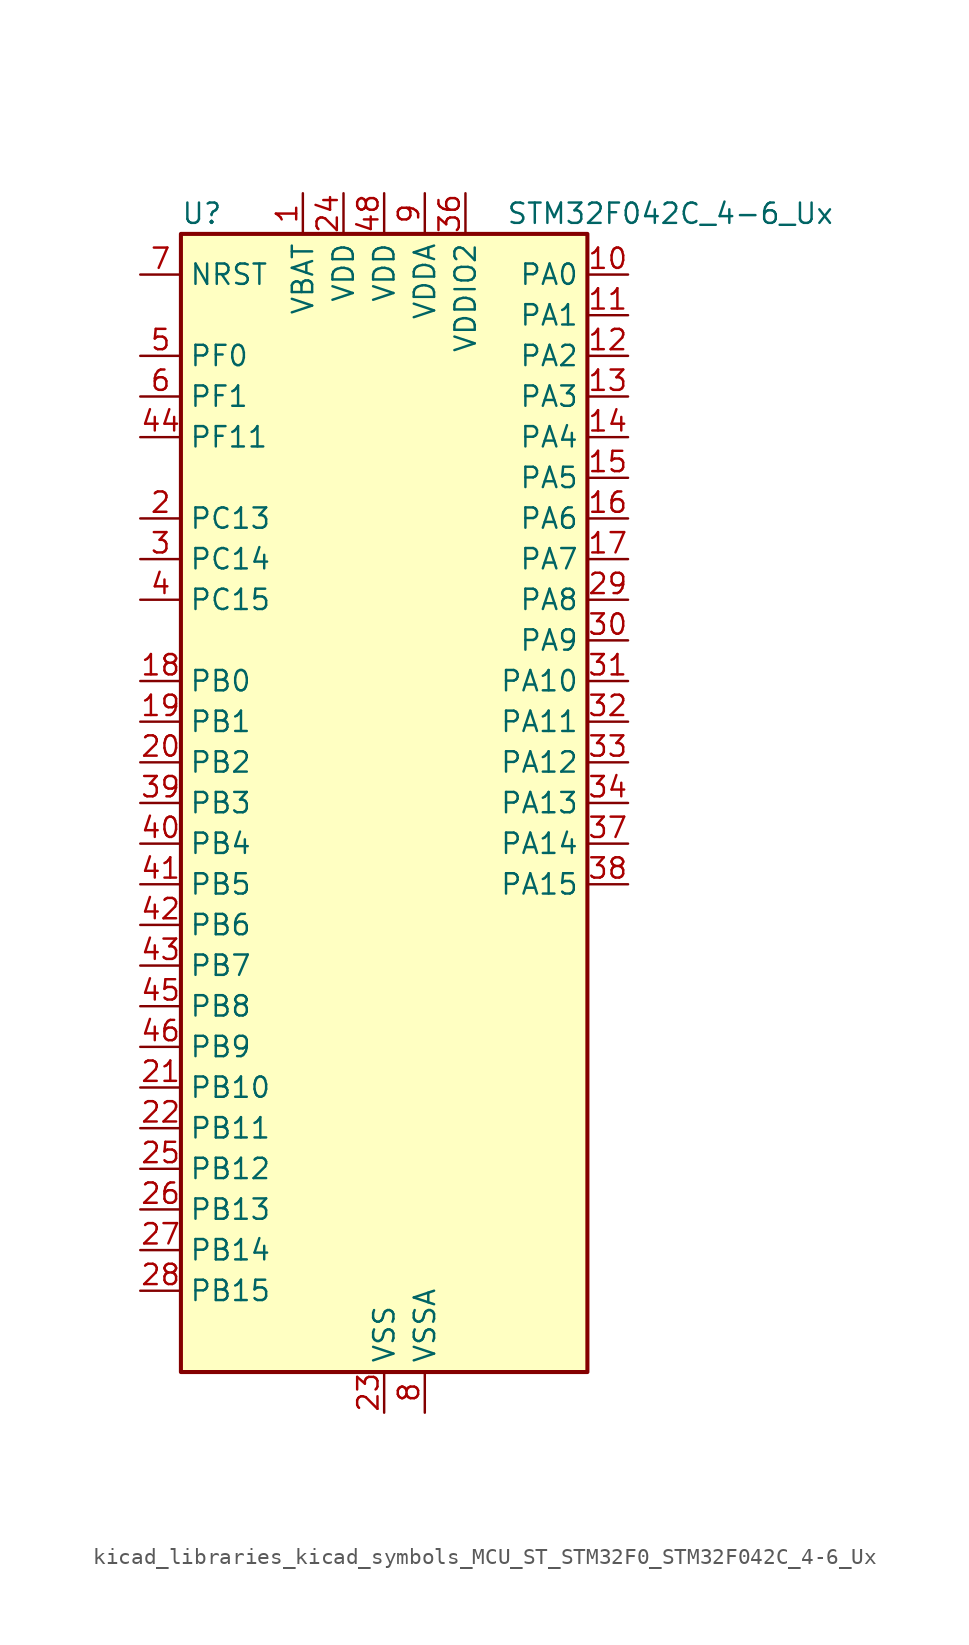
<source format=kicad_sym>
(kicad_symbol_lib
  (version 20220914)
  (generator kicad_symbol_editor)
  (symbol "kicad_libraries_kicad_symbols_MCU_ST_STM32F0_STM32F042C_4-6_Ux"
    (property "Reference" "U"
      (at -12.7 36.83 0)
      (effects (font (size 1.27 1.27)) (justify left)))
    (property "Value" "STM32F042C_4-6_Ux"
      (at 7.62 36.83 0)
      (effects (font (size 1.27 1.27)) (justify left)))
    (property "ki_locked" ""
      (at 0 0 0)
      (effects (font (size 1.27 1.27))))
    (symbol "kicad_libraries_kicad_symbols_MCU_ST_STM32F0_STM32F042C_4-6_Ux_0_1"
      (rectangle (start -12.7 -35.56) (end 12.7 35.56) (stroke (width 0.254) (type default)) (fill (type background))))
    (symbol "kicad_libraries_kicad_symbols_MCU_ST_STM32F0_STM32F042C_4-6_Ux_1_1"
      (pin power_in line (at -5.08 38.1 270) (length 2.54) (name "VBAT" (effects (font (size 1.27 1.27)))) (number "1" (effects (font (size 1.27 1.27)))))
      (pin bidirectional line (at 15.24 33.02 180) (length 2.54) (name "PA0" (effects (font (size 1.27 1.27)))) (number "10" (effects (font (size 1.27 1.27)))) (alternate "ADC_IN0" bidirectional line) (alternate "RTC_TAMP2" bidirectional line) (alternate "SYS_WKUP1" bidirectional line) (alternate "TIM2_CH1" bidirectional line) (alternate "TIM2_ETR" bidirectional line) (alternate "TSC_G1_IO1" bidirectional line) (alternate "USART2_CTS" bidirectional line))
      (pin bidirectional line (at 15.24 30.48 180) (length 2.54) (name "PA1" (effects (font (size 1.27 1.27)))) (number "11" (effects (font (size 1.27 1.27)))) (alternate "ADC_IN1" bidirectional line) (alternate "TIM2_CH2" bidirectional line) (alternate "TSC_G1_IO2" bidirectional line) (alternate "USART2_DE" bidirectional line) (alternate "USART2_RTS" bidirectional line))
      (pin bidirectional line (at 15.24 27.94 180) (length 2.54) (name "PA2" (effects (font (size 1.27 1.27)))) (number "12" (effects (font (size 1.27 1.27)))) (alternate "ADC_IN2" bidirectional line) (alternate "SYS_WKUP4" bidirectional line) (alternate "TIM2_CH3" bidirectional line) (alternate "TSC_G1_IO3" bidirectional line) (alternate "USART2_TX" bidirectional line))
      (pin bidirectional line (at 15.24 25.4 180) (length 2.54) (name "PA3" (effects (font (size 1.27 1.27)))) (number "13" (effects (font (size 1.27 1.27)))) (alternate "ADC_IN3" bidirectional line) (alternate "TIM2_CH4" bidirectional line) (alternate "TSC_G1_IO4" bidirectional line) (alternate "USART2_RX" bidirectional line))
      (pin bidirectional line (at 15.24 22.86 180) (length 2.54) (name "PA4" (effects (font (size 1.27 1.27)))) (number "14" (effects (font (size 1.27 1.27)))) (alternate "ADC_IN4" bidirectional line) (alternate "I2S1_WS" bidirectional line) (alternate "SPI1_NSS" bidirectional line) (alternate "TIM14_CH1" bidirectional line) (alternate "TSC_G2_IO1" bidirectional line) (alternate "USART2_CK" bidirectional line) (alternate "USB_NOE" bidirectional line))
      (pin bidirectional line (at 15.24 20.32 180) (length 2.54) (name "PA5" (effects (font (size 1.27 1.27)))) (number "15" (effects (font (size 1.27 1.27)))) (alternate "ADC_IN5" bidirectional line) (alternate "CEC" bidirectional line) (alternate "I2S1_CK" bidirectional line) (alternate "SPI1_SCK" bidirectional line) (alternate "TIM2_CH1" bidirectional line) (alternate "TIM2_ETR" bidirectional line) (alternate "TSC_G2_IO2" bidirectional line))
      (pin bidirectional line (at 15.24 17.78 180) (length 2.54) (name "PA6" (effects (font (size 1.27 1.27)))) (number "16" (effects (font (size 1.27 1.27)))) (alternate "ADC_IN6" bidirectional line) (alternate "I2S1_MCK" bidirectional line) (alternate "SPI1_MISO" bidirectional line) (alternate "TIM16_CH1" bidirectional line) (alternate "TIM1_BKIN" bidirectional line) (alternate "TIM3_CH1" bidirectional line) (alternate "TSC_G2_IO3" bidirectional line))
      (pin bidirectional line (at 15.24 15.24 180) (length 2.54) (name "PA7" (effects (font (size 1.27 1.27)))) (number "17" (effects (font (size 1.27 1.27)))) (alternate "ADC_IN7" bidirectional line) (alternate "I2S1_SD" bidirectional line) (alternate "SPI1_MOSI" bidirectional line) (alternate "TIM14_CH1" bidirectional line) (alternate "TIM17_CH1" bidirectional line) (alternate "TIM1_CH1N" bidirectional line) (alternate "TIM3_CH2" bidirectional line) (alternate "TSC_G2_IO4" bidirectional line))
      (pin bidirectional line (at -15.24 7.62 0) (length 2.54) (name "PB0" (effects (font (size 1.27 1.27)))) (number "18" (effects (font (size 1.27 1.27)))) (alternate "ADC_IN8" bidirectional line) (alternate "TIM1_CH2N" bidirectional line) (alternate "TIM3_CH3" bidirectional line) (alternate "TSC_G3_IO2" bidirectional line))
      (pin bidirectional line (at -15.24 5.08 0) (length 2.54) (name "PB1" (effects (font (size 1.27 1.27)))) (number "19" (effects (font (size 1.27 1.27)))) (alternate "ADC_IN9" bidirectional line) (alternate "TIM14_CH1" bidirectional line) (alternate "TIM1_CH3N" bidirectional line) (alternate "TIM3_CH4" bidirectional line) (alternate "TSC_G3_IO3" bidirectional line))
      (pin bidirectional line (at -15.24 17.78 0) (length 2.54) (name "PC13" (effects (font (size 1.27 1.27)))) (number "2" (effects (font (size 1.27 1.27)))) (alternate "RTC_OUT_ALARM" bidirectional line) (alternate "RTC_OUT_CALIB" bidirectional line) (alternate "RTC_TAMP1" bidirectional line) (alternate "RTC_TS" bidirectional line) (alternate "SYS_WKUP2" bidirectional line))
      (pin bidirectional line (at -15.24 2.54 0) (length 2.54) (name "PB2" (effects (font (size 1.27 1.27)))) (number "20" (effects (font (size 1.27 1.27)))) (alternate "TSC_G3_IO4" bidirectional line))
      (pin bidirectional line (at -15.24 -17.78 0) (length 2.54) (name "PB10" (effects (font (size 1.27 1.27)))) (number "21" (effects (font (size 1.27 1.27)))) (alternate "CEC" bidirectional line) (alternate "I2C1_SCL" bidirectional line) (alternate "SPI2_SCK" bidirectional line) (alternate "TIM2_CH3" bidirectional line) (alternate "TSC_SYNC" bidirectional line))
      (pin bidirectional line (at -15.24 -20.32 0) (length 2.54) (name "PB11" (effects (font (size 1.27 1.27)))) (number "22" (effects (font (size 1.27 1.27)))) (alternate "I2C1_SDA" bidirectional line) (alternate "TIM2_CH4" bidirectional line))
      (pin power_in line (at 0 -38.1 90) (length 2.54) (name "VSS" (effects (font (size 1.27 1.27)))) (number "23" (effects (font (size 1.27 1.27)))))
      (pin power_in line (at -2.54 38.1 270) (length 2.54) (name "VDD" (effects (font (size 1.27 1.27)))) (number "24" (effects (font (size 1.27 1.27)))))
      (pin bidirectional line (at -15.24 -22.86 0) (length 2.54) (name "PB12" (effects (font (size 1.27 1.27)))) (number "25" (effects (font (size 1.27 1.27)))) (alternate "SPI2_NSS" bidirectional line) (alternate "TIM1_BKIN" bidirectional line))
      (pin bidirectional line (at -15.24 -25.4 0) (length 2.54) (name "PB13" (effects (font (size 1.27 1.27)))) (number "26" (effects (font (size 1.27 1.27)))) (alternate "I2C1_SCL" bidirectional line) (alternate "SPI2_SCK" bidirectional line) (alternate "TIM1_CH1N" bidirectional line))
      (pin bidirectional line (at -15.24 -27.94 0) (length 2.54) (name "PB14" (effects (font (size 1.27 1.27)))) (number "27" (effects (font (size 1.27 1.27)))) (alternate "I2C1_SDA" bidirectional line) (alternate "SPI2_MISO" bidirectional line) (alternate "TIM1_CH2N" bidirectional line))
      (pin bidirectional line (at -15.24 -30.48 0) (length 2.54) (name "PB15" (effects (font (size 1.27 1.27)))) (number "28" (effects (font (size 1.27 1.27)))) (alternate "RTC_REFIN" bidirectional line) (alternate "SPI2_MOSI" bidirectional line) (alternate "SYS_WKUP7" bidirectional line) (alternate "TIM1_CH3N" bidirectional line))
      (pin bidirectional line (at 15.24 12.7 180) (length 2.54) (name "PA8" (effects (font (size 1.27 1.27)))) (number "29" (effects (font (size 1.27 1.27)))) (alternate "CRS_SYNC" bidirectional line) (alternate "RCC_MCO" bidirectional line) (alternate "TIM1_CH1" bidirectional line) (alternate "USART1_CK" bidirectional line))
      (pin bidirectional line (at -15.24 15.24 0) (length 2.54) (name "PC14" (effects (font (size 1.27 1.27)))) (number "3" (effects (font (size 1.27 1.27)))) (alternate "RCC_OSC32_IN" bidirectional line))
      (pin bidirectional line (at 15.24 10.16 180) (length 2.54) (name "PA9" (effects (font (size 1.27 1.27)))) (number "30" (effects (font (size 1.27 1.27)))) (alternate "I2C1_SCL" bidirectional line) (alternate "TIM1_CH2" bidirectional line) (alternate "TSC_G4_IO1" bidirectional line) (alternate "USART1_TX" bidirectional line))
      (pin bidirectional line (at 15.24 7.62 180) (length 2.54) (name "PA10" (effects (font (size 1.27 1.27)))) (number "31" (effects (font (size 1.27 1.27)))) (alternate "I2C1_SDA" bidirectional line) (alternate "TIM17_BKIN" bidirectional line) (alternate "TIM1_CH3" bidirectional line) (alternate "TSC_G4_IO2" bidirectional line) (alternate "USART1_RX" bidirectional line))
      (pin bidirectional line (at 15.24 5.08 180) (length 2.54) (name "PA11" (effects (font (size 1.27 1.27)))) (number "32" (effects (font (size 1.27 1.27)))) (alternate "CAN_RX" bidirectional line) (alternate "I2C1_SCL" bidirectional line) (alternate "TIM1_CH4" bidirectional line) (alternate "TSC_G4_IO3" bidirectional line) (alternate "USART1_CTS" bidirectional line) (alternate "USB_DM" bidirectional line))
      (pin bidirectional line (at 15.24 2.54 180) (length 2.54) (name "PA12" (effects (font (size 1.27 1.27)))) (number "33" (effects (font (size 1.27 1.27)))) (alternate "CAN_TX" bidirectional line) (alternate "I2C1_SDA" bidirectional line) (alternate "TIM1_ETR" bidirectional line) (alternate "TSC_G4_IO4" bidirectional line) (alternate "USART1_DE" bidirectional line) (alternate "USART1_RTS" bidirectional line) (alternate "USB_DP" bidirectional line))
      (pin bidirectional line (at 15.24 0 180) (length 2.54) (name "PA13" (effects (font (size 1.27 1.27)))) (number "34" (effects (font (size 1.27 1.27)))) (alternate "IR_OUT" bidirectional line) (alternate "SYS_SWDIO" bidirectional line) (alternate "USB_NOE" bidirectional line))
      (pin passive line (at 0 -38.1 90) (length 2.54) hide (name "VSS" (effects (font (size 1.27 1.27)))) (number "35" (effects (font (size 1.27 1.27)))))
      (pin power_in line (at 5.08 38.1 270) (length 2.54) (name "VDDIO2" (effects (font (size 1.27 1.27)))) (number "36" (effects (font (size 1.27 1.27)))))
      (pin bidirectional line (at 15.24 -2.54 180) (length 2.54) (name "PA14" (effects (font (size 1.27 1.27)))) (number "37" (effects (font (size 1.27 1.27)))) (alternate "SYS_SWCLK" bidirectional line) (alternate "USART2_TX" bidirectional line))
      (pin bidirectional line (at 15.24 -5.08 180) (length 2.54) (name "PA15" (effects (font (size 1.27 1.27)))) (number "38" (effects (font (size 1.27 1.27)))) (alternate "I2S1_WS" bidirectional line) (alternate "SPI1_NSS" bidirectional line) (alternate "TIM2_CH1" bidirectional line) (alternate "TIM2_ETR" bidirectional line) (alternate "USART2_RX" bidirectional line) (alternate "USB_NOE" bidirectional line))
      (pin bidirectional line (at -15.24 0 0) (length 2.54) (name "PB3" (effects (font (size 1.27 1.27)))) (number "39" (effects (font (size 1.27 1.27)))) (alternate "I2S1_CK" bidirectional line) (alternate "SPI1_SCK" bidirectional line) (alternate "TIM2_CH2" bidirectional line) (alternate "TSC_G5_IO1" bidirectional line))
      (pin bidirectional line (at -15.24 12.7 0) (length 2.54) (name "PC15" (effects (font (size 1.27 1.27)))) (number "4" (effects (font (size 1.27 1.27)))) (alternate "RCC_OSC32_OUT" bidirectional line))
      (pin bidirectional line (at -15.24 -2.54 0) (length 2.54) (name "PB4" (effects (font (size 1.27 1.27)))) (number "40" (effects (font (size 1.27 1.27)))) (alternate "I2S1_MCK" bidirectional line) (alternate "SPI1_MISO" bidirectional line) (alternate "TIM17_BKIN" bidirectional line) (alternate "TIM3_CH1" bidirectional line) (alternate "TSC_G5_IO2" bidirectional line))
      (pin bidirectional line (at -15.24 -5.08 0) (length 2.54) (name "PB5" (effects (font (size 1.27 1.27)))) (number "41" (effects (font (size 1.27 1.27)))) (alternate "I2C1_SMBA" bidirectional line) (alternate "I2S1_SD" bidirectional line) (alternate "SPI1_MOSI" bidirectional line) (alternate "SYS_WKUP6" bidirectional line) (alternate "TIM16_BKIN" bidirectional line) (alternate "TIM3_CH2" bidirectional line))
      (pin bidirectional line (at -15.24 -7.62 0) (length 2.54) (name "PB6" (effects (font (size 1.27 1.27)))) (number "42" (effects (font (size 1.27 1.27)))) (alternate "I2C1_SCL" bidirectional line) (alternate "TIM16_CH1N" bidirectional line) (alternate "TSC_G5_IO3" bidirectional line) (alternate "USART1_TX" bidirectional line))
      (pin bidirectional line (at -15.24 -10.16 0) (length 2.54) (name "PB7" (effects (font (size 1.27 1.27)))) (number "43" (effects (font (size 1.27 1.27)))) (alternate "I2C1_SDA" bidirectional line) (alternate "TIM17_CH1N" bidirectional line) (alternate "TSC_G5_IO4" bidirectional line) (alternate "USART1_RX" bidirectional line))
      (pin bidirectional line (at -15.24 22.86 0) (length 2.54) (name "PF11" (effects (font (size 1.27 1.27)))) (number "44" (effects (font (size 1.27 1.27)))))
      (pin bidirectional line (at -15.24 -12.7 0) (length 2.54) (name "PB8" (effects (font (size 1.27 1.27)))) (number "45" (effects (font (size 1.27 1.27)))) (alternate "CAN_RX" bidirectional line) (alternate "CEC" bidirectional line) (alternate "I2C1_SCL" bidirectional line) (alternate "TIM16_CH1" bidirectional line) (alternate "TSC_SYNC" bidirectional line))
      (pin bidirectional line (at -15.24 -15.24 0) (length 2.54) (name "PB9" (effects (font (size 1.27 1.27)))) (number "46" (effects (font (size 1.27 1.27)))) (alternate "CAN_TX" bidirectional line) (alternate "I2C1_SDA" bidirectional line) (alternate "IR_OUT" bidirectional line) (alternate "SPI2_NSS" bidirectional line) (alternate "TIM17_CH1" bidirectional line))
      (pin passive line (at 0 -38.1 90) (length 2.54) hide (name "VSS" (effects (font (size 1.27 1.27)))) (number "47" (effects (font (size 1.27 1.27)))))
      (pin power_in line (at 0 38.1 270) (length 2.54) (name "VDD" (effects (font (size 1.27 1.27)))) (number "48" (effects (font (size 1.27 1.27)))))
      (pin passive line (at 0 -38.1 90) (length 2.54) hide (name "VSS" (effects (font (size 1.27 1.27)))) (number "49" (effects (font (size 1.27 1.27)))))
      (pin bidirectional line (at -15.24 27.94 0) (length 2.54) (name "PF0" (effects (font (size 1.27 1.27)))) (number "5" (effects (font (size 1.27 1.27)))) (alternate "CRS_SYNC" bidirectional line) (alternate "I2C1_SDA" bidirectional line) (alternate "RCC_OSC_IN" bidirectional line))
      (pin bidirectional line (at -15.24 25.4 0) (length 2.54) (name "PF1" (effects (font (size 1.27 1.27)))) (number "6" (effects (font (size 1.27 1.27)))) (alternate "I2C1_SCL" bidirectional line) (alternate "RCC_OSC_OUT" bidirectional line))
      (pin input line (at -15.24 33.02 0) (length 2.54) (name "NRST" (effects (font (size 1.27 1.27)))) (number "7" (effects (font (size 1.27 1.27)))))
      (pin power_in line (at 2.54 -38.1 90) (length 2.54) (name "VSSA" (effects (font (size 1.27 1.27)))) (number "8" (effects (font (size 1.27 1.27)))))
      (pin power_in line (at 2.54 38.1 270) (length 2.54) (name "VDDA" (effects (font (size 1.27 1.27)))) (number "9" (effects (font (size 1.27 1.27))))))))
</source>
